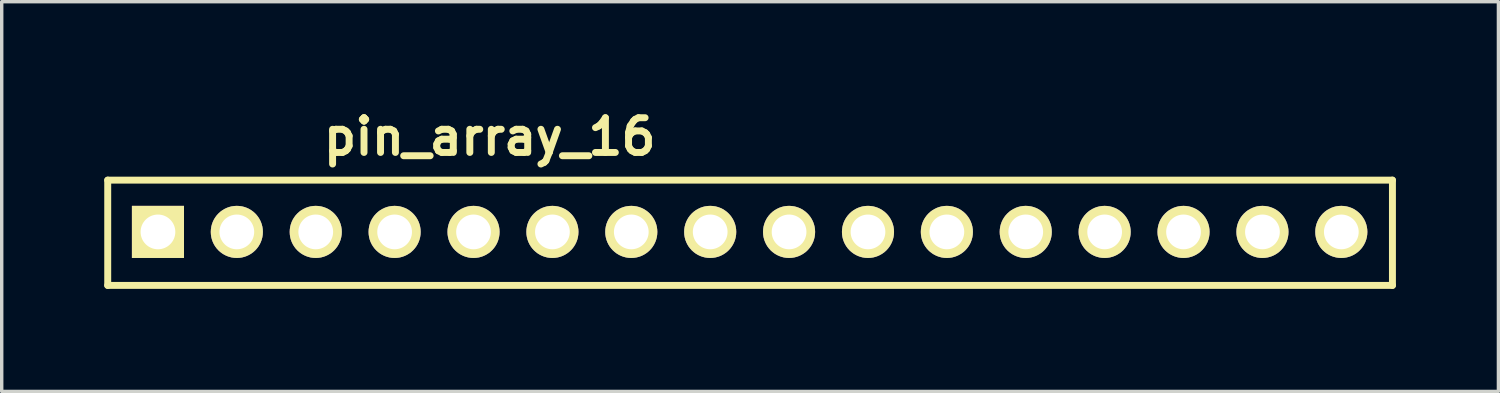
<source format=kicad_pcb>
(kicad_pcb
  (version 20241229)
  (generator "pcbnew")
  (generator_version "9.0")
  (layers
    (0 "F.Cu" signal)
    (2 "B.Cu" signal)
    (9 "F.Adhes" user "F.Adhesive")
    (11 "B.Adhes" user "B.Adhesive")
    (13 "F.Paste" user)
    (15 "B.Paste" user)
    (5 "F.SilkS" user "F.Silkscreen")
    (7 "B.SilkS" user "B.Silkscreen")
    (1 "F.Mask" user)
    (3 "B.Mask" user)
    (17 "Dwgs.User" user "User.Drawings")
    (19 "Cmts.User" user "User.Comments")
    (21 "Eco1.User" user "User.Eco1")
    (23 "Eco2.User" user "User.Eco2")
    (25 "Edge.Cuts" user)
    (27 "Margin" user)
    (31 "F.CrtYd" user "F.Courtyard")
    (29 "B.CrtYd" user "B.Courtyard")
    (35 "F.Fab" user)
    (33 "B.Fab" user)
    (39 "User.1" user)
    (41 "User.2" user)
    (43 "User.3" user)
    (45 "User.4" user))
  (footprint "pin_array_16"
    (layer "F.Cu")
    (at 18.898 3.761)
    (property "Reference" "pin_array_16" (at -7.62 -2.81 0) (layer "F.SilkS") (effects (font (size 1.016 1.016) (thickness 0.203))))
    (attr through_hole)
    (fp_line (start -18.796 -1.54) (end -18.796 1.54) (stroke (width 0.203) (type solid)) (layer "F.SilkS"))
    (fp_line (start -18.796 1.54) (end 18.796 1.54) (stroke (width 0.203) (type solid)) (layer "F.SilkS"))
    (fp_line (start 18.796 -1.54) (end -18.796 -1.54) (stroke (width 0.203) (type solid)) (layer "F.SilkS"))
    (fp_line (start 18.796 1.54) (end 18.796 -1.54) (stroke (width 0.203) (type solid)) (layer "F.SilkS"))
    (pad "1" thru_hole rect (at -17.326 -0.025) (size 1.524 1.524) (drill 1.016) (layers "*.Cu" "*.Mask" "F.SilkS"))
    (pad "2" thru_hole circle (at -15.018 -0.025) (size 1.524 1.524) (drill 1.016) (layers "*.Cu" "*.Mask" "F.SilkS"))
    (pad "3" thru_hole circle (at -12.709 -0.025) (size 1.524 1.524) (drill 1.016) (layers "*.Cu" "*.Mask" "F.SilkS"))
    (pad "4" thru_hole circle (at -10.401 -0.025) (size 1.524 1.524) (drill 1.016) (layers "*.Cu" "*.Mask" "F.SilkS"))
    (pad "5" thru_hole circle (at -8.092 -0.025) (size 1.524 1.524) (drill 1.016) (layers "*.Cu" "*.Mask" "F.SilkS"))
    (pad "6" thru_hole circle (at -5.784 -0.025) (size 1.524 1.524) (drill 1.016) (layers "*.Cu" "*.Mask" "F.SilkS"))
    (pad "7" thru_hole circle (at -3.476 -0.025) (size 1.524 1.524) (drill 1.016) (layers "*.Cu" "*.Mask" "F.SilkS"))
    (pad "8" thru_hole circle (at -1.167 -0.025) (size 1.524 1.524) (drill 1.016) (layers "*.Cu" "*.Mask" "F.SilkS"))
    (pad "9" thru_hole circle (at 1.141 -0.025) (size 1.524 1.524) (drill 1.016) (layers "*.Cu" "*.Mask" "F.SilkS"))
    (pad "10" thru_hole circle (at 3.45 -0.025) (size 1.524 1.524) (drill 1.016) (layers "*.Cu" "*.Mask" "F.SilkS"))
    (pad "11" thru_hole circle (at 5.758 -0.025) (size 1.524 1.524) (drill 1.016) (layers "*.Cu" "*.Mask" "F.SilkS"))
    (pad "12" thru_hole circle (at 8.066 -0.025) (size 1.524 1.524) (drill 1.016) (layers "*.Cu" "*.Mask" "F.SilkS"))
    (pad "13" thru_hole circle (at 10.375 -0.025) (size 1.524 1.524) (drill 1.016) (layers "*.Cu" "*.Mask" "F.SilkS"))
    (pad "14" thru_hole circle (at 12.683 -0.025) (size 1.524 1.524) (drill 1.016) (layers "*.Cu" "*.Mask" "F.SilkS"))
    (pad "15" thru_hole circle (at 14.992 -0.025) (size 1.524 1.524) (drill 1.016) (layers "*.Cu" "*.Mask" "F.SilkS"))
    (pad "16" thru_hole circle (at 17.3 -0.025) (size 1.524 1.524) (drill 1.016) (layers "*.Cu" "*.Mask" "F.SilkS")))
  (gr_rect
    (start -3 -3)
    (end 40.795 8.403)
    (stroke (width 0.1) (type default))
    (fill no)
    (layer "Edge.Cuts")))
</source>
